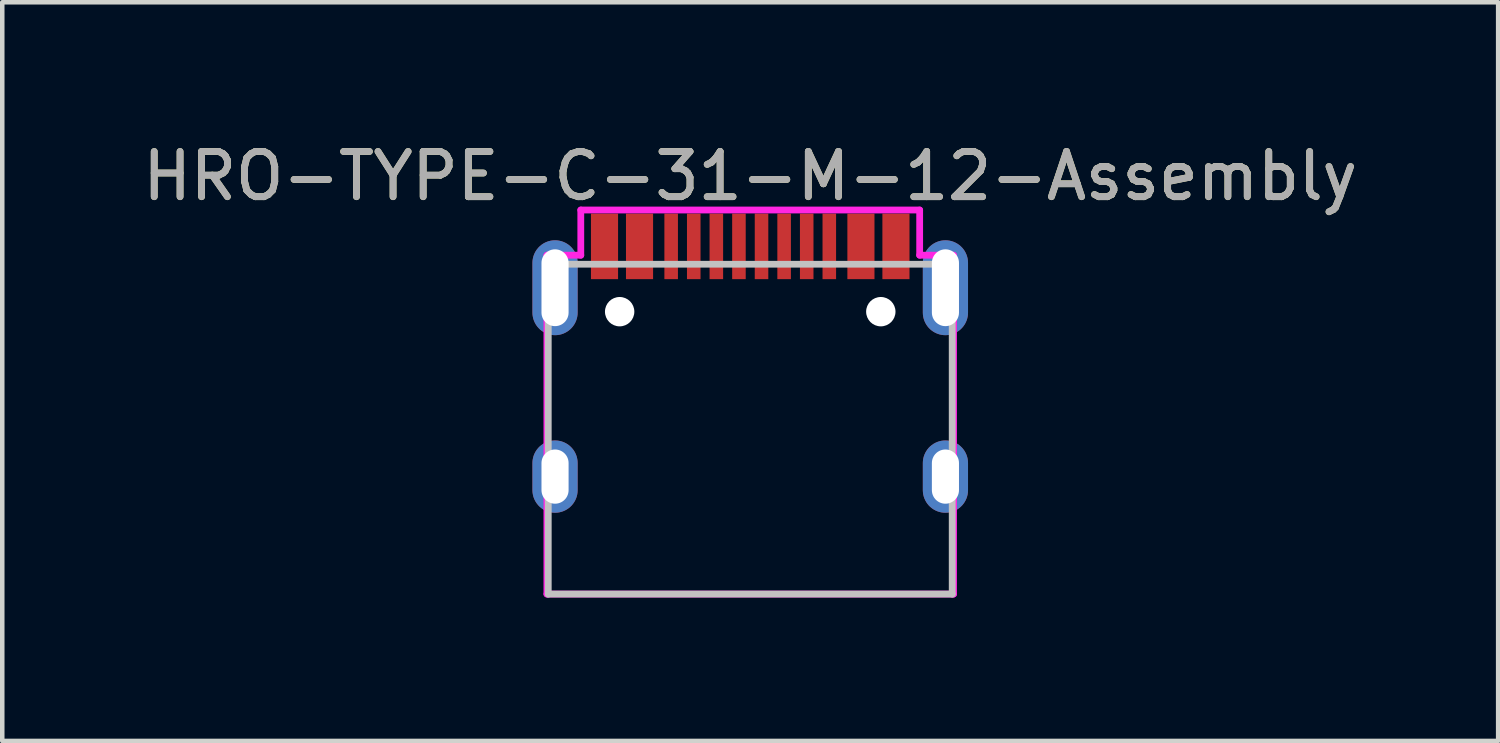
<source format=kicad_pcb>
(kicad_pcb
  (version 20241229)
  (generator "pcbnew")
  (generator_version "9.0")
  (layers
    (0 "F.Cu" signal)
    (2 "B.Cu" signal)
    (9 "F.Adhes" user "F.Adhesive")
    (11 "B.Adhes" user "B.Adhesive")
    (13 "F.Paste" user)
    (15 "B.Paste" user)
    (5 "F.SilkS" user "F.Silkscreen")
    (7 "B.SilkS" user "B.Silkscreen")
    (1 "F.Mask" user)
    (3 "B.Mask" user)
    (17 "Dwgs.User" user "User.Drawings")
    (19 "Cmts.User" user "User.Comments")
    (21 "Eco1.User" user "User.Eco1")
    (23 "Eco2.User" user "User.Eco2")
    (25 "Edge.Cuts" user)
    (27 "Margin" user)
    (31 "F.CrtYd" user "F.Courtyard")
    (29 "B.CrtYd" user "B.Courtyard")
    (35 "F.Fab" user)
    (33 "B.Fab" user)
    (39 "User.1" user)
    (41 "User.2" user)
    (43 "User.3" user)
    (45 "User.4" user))
  (footprint "HRO-TYPE-C-31-M-12-Assembly"
    (layer "F.Cu")
    (at 13.554 10.098)
    (property "Reference" "HRO-TYPE-C-31-M-12-Assembly" (at 0 -9.25 180) (layer "F.SilkS") (effects (font (size 1 1) (thickness 0.15))))
    (attr smd)
    (fp_line (start -4.47 -7.3) (end 4.47 -7.3) (stroke (width 0.15) (type solid)) (layer "Dwgs.User"))
    (fp_line (start -4.47 0) (end -4.47 -7.3) (stroke (width 0.15) (type solid)) (layer "Dwgs.User"))
    (fp_line (start -4.47 0) (end 4.47 0) (stroke (width 0.15) (type solid)) (layer "Dwgs.User"))
    (fp_line (start 4.47 0) (end 4.47 -7.3) (stroke (width 0.15) (type solid)) (layer "Dwgs.User"))
    (fp_line (start -4.5 -7.5) (end -3.75 -7.5) (stroke (width 0.15) (type solid)) (layer "F.CrtYd"))
    (fp_line (start -4.5 0) (end -4.5 -7.5) (stroke (width 0.15) (type solid)) (layer "F.CrtYd"))
    (fp_line (start -3.75 -8.5) (end 3.75 -8.5) (stroke (width 0.15) (type solid)) (layer "F.CrtYd"))
    (fp_line (start -3.75 -7.5) (end -3.75 -8.5) (stroke (width 0.15) (type solid)) (layer "F.CrtYd"))
    (fp_line (start 3.75 -8.5) (end 3.75 -7.5) (stroke (width 0.15) (type solid)) (layer "F.CrtYd"))
    (fp_line (start 3.75 -7.5) (end 4.5 -7.5) (stroke (width 0.15) (type solid)) (layer "F.CrtYd"))
    (fp_line (start 4.5 -7.5) (end 4.5 0) (stroke (width 0.15) (type solid)) (layer "F.CrtYd"))
    (fp_line (start 4.5 0) (end -4.5 0) (stroke (width 0.15) (type solid)) (layer "F.CrtYd"))
    (fp_text user "${REFERENCE}" (at 0 -9.25 180) (layer "F.Fab") (effects (font (size 1 1) (thickness 0.15))))
    (pad "" np_thru_hole circle (at -2.89 -6.25) (size 0.65 0.65) (drill 0.65) (layers "*.Cu" "*.Mask"))
    (pad "" np_thru_hole circle (at 2.89 -6.25) (size 0.65 0.65) (drill 0.65) (layers "*.Cu" "*.Mask"))
    (pad "1" smd rect (at -3.225 -7.695) (size 0.6 1.45) (layers "F.Cu" "F.Mask" "F.Paste"))
    (pad "2" smd rect (at -2.45 -7.695) (size 0.6 1.45) (layers "F.Cu" "F.Mask" "F.Paste"))
    (pad "3" smd rect (at -1.75 -7.695) (size 0.3 1.45) (layers "F.Cu" "F.Mask" "F.Paste"))
    (pad "4" smd rect (at -1.25 -7.695) (size 0.3 1.45) (layers "F.Cu" "F.Mask" "F.Paste"))
    (pad "5" smd rect (at -0.75 -7.695) (size 0.3 1.45) (layers "F.Cu" "F.Mask" "F.Paste"))
    (pad "6" smd rect (at -0.25 -7.695) (size 0.3 1.45) (layers "F.Cu" "F.Mask" "F.Paste"))
    (pad "7" smd rect (at 0.25 -7.695) (size 0.3 1.45) (layers "F.Cu" "F.Mask" "F.Paste"))
    (pad "8" smd rect (at 0.75 -7.695) (size 0.3 1.45) (layers "F.Cu" "F.Mask" "F.Paste"))
    (pad "9" smd rect (at 1.25 -7.695) (size 0.3 1.45) (layers "F.Cu" "F.Mask" "F.Paste"))
    (pad "10" smd rect (at 1.75 -7.695) (size 0.3 1.45) (layers "F.Cu" "F.Mask" "F.Paste"))
    (pad "11" smd rect (at 2.45 -7.695) (size 0.6 1.45) (layers "F.Cu" "F.Mask" "F.Paste"))
    (pad "12" smd rect (at 3.225 -7.695) (size 0.6 1.45) (layers "F.Cu" "F.Mask" "F.Paste"))
    (pad "13" thru_hole oval (at -4.32 -6.78) (size 1 2.1) (drill oval 0.6 1.7) (layers "*.Cu" "*.Mask"))
    (pad "13" thru_hole oval (at -4.32 -2.6) (size 1 1.6) (drill oval 0.6 1.2) (layers "*.Cu" "*.Mask"))
    (pad "13" thru_hole oval (at 4.32 -6.78) (size 1 2.1) (drill oval 0.6 1.7) (layers "*.Cu" "*.Mask"))
    (pad "13" thru_hole oval (at 4.32 -2.6) (size 1 1.6) (drill oval 0.6 1.2) (layers "*.Cu" "*.Mask")))
  (gr_rect
    (start -3 -3)
    (end 30.107 13.348)
    (stroke (width 0.1) (type default))
    (fill no)
    (layer "Edge.Cuts")))
</source>
